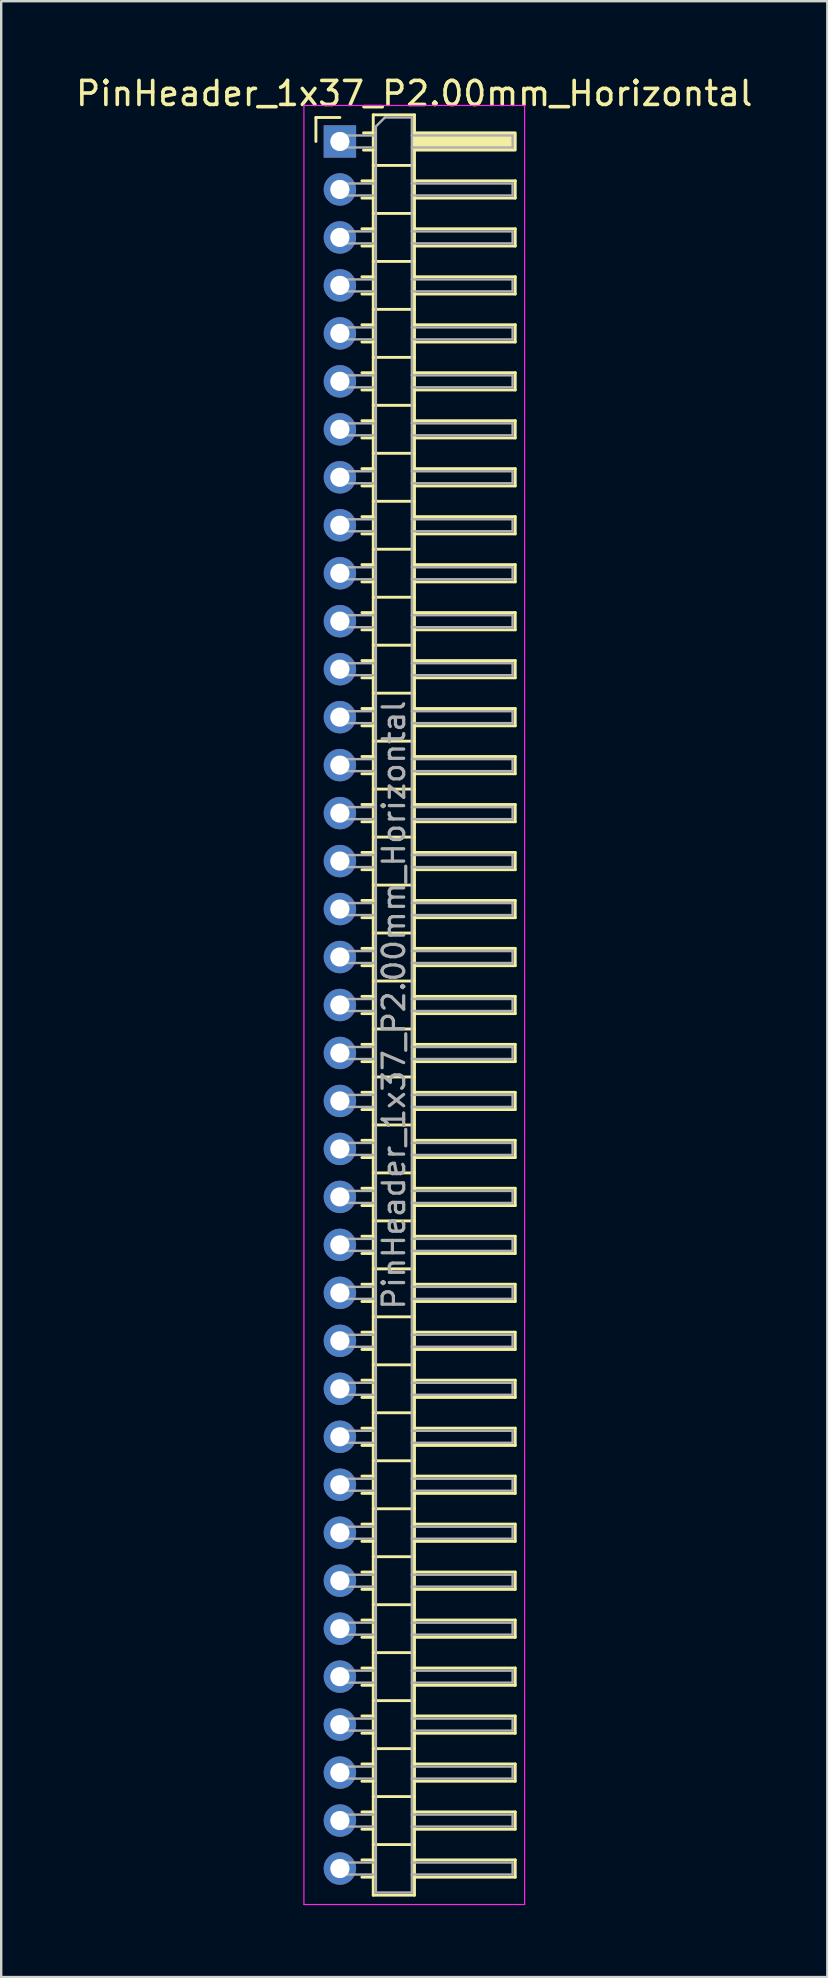
<source format=kicad_pcb>
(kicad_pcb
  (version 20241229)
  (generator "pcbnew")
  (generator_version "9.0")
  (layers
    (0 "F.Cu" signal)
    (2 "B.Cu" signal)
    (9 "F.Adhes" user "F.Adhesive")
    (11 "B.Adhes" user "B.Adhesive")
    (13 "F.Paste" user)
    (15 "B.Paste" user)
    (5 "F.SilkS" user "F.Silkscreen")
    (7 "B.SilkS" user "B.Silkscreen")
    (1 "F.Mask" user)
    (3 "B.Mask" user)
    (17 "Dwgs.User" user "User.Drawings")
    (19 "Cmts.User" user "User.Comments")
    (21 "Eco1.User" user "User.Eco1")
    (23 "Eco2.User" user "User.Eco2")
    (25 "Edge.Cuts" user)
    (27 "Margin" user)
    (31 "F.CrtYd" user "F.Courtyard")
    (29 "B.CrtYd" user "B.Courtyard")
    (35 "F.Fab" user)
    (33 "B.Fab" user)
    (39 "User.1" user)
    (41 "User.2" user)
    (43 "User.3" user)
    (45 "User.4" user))
  (footprint "PinHeader_1x37_P2.00mm_Horizontal"
    (layer "F.Cu")
    (at 11.12 2.848)
    (property "Reference" "PinHeader_1x37_P2.00mm_Horizontal" (at 3.1 -2 0) (layer "F.SilkS") (effects (font (size 1 1) (thickness 0.15))))
    (attr through_hole)
    (fp_line (start -1 -1) (end 0 -1) (stroke (width 0.12) (type solid)) (layer "F.SilkS"))
    (fp_line (start -1 0) (end -1 -1) (stroke (width 0.12) (type solid)) (layer "F.SilkS"))
    (fp_line (start 0.917 1.64) (end 1.39 1.64) (stroke (width 0.12) (type solid)) (layer "F.SilkS"))
    (fp_line (start 0.917 2.36) (end 1.39 2.36) (stroke (width 0.12) (type solid)) (layer "F.SilkS"))
    (fp_line (start 0.917 3.64) (end 1.39 3.64) (stroke (width 0.12) (type solid)) (layer "F.SilkS"))
    (fp_line (start 0.917 4.36) (end 1.39 4.36) (stroke (width 0.12) (type solid)) (layer "F.SilkS"))
    (fp_line (start 0.917 5.64) (end 1.39 5.64) (stroke (width 0.12) (type solid)) (layer "F.SilkS"))
    (fp_line (start 0.917 6.36) (end 1.39 6.36) (stroke (width 0.12) (type solid)) (layer "F.SilkS"))
    (fp_line (start 0.917 7.64) (end 1.39 7.64) (stroke (width 0.12) (type solid)) (layer "F.SilkS"))
    (fp_line (start 0.917 8.36) (end 1.39 8.36) (stroke (width 0.12) (type solid)) (layer "F.SilkS"))
    (fp_line (start 0.917 9.64) (end 1.39 9.64) (stroke (width 0.12) (type solid)) (layer "F.SilkS"))
    (fp_line (start 0.917 10.36) (end 1.39 10.36) (stroke (width 0.12) (type solid)) (layer "F.SilkS"))
    (fp_line (start 0.917 11.64) (end 1.39 11.64) (stroke (width 0.12) (type solid)) (layer "F.SilkS"))
    (fp_line (start 0.917 12.36) (end 1.39 12.36) (stroke (width 0.12) (type solid)) (layer "F.SilkS"))
    (fp_line (start 0.917 13.64) (end 1.39 13.64) (stroke (width 0.12) (type solid)) (layer "F.SilkS"))
    (fp_line (start 0.917 14.36) (end 1.39 14.36) (stroke (width 0.12) (type solid)) (layer "F.SilkS"))
    (fp_line (start 0.917 15.64) (end 1.39 15.64) (stroke (width 0.12) (type solid)) (layer "F.SilkS"))
    (fp_line (start 0.917 16.36) (end 1.39 16.36) (stroke (width 0.12) (type solid)) (layer "F.SilkS"))
    (fp_line (start 0.917 17.64) (end 1.39 17.64) (stroke (width 0.12) (type solid)) (layer "F.SilkS"))
    (fp_line (start 0.917 18.36) (end 1.39 18.36) (stroke (width 0.12) (type solid)) (layer "F.SilkS"))
    (fp_line (start 0.917 19.64) (end 1.39 19.64) (stroke (width 0.12) (type solid)) (layer "F.SilkS"))
    (fp_line (start 0.917 20.36) (end 1.39 20.36) (stroke (width 0.12) (type solid)) (layer "F.SilkS"))
    (fp_line (start 0.917 21.64) (end 1.39 21.64) (stroke (width 0.12) (type solid)) (layer "F.SilkS"))
    (fp_line (start 0.917 22.36) (end 1.39 22.36) (stroke (width 0.12) (type solid)) (layer "F.SilkS"))
    (fp_line (start 0.917 23.64) (end 1.39 23.64) (stroke (width 0.12) (type solid)) (layer "F.SilkS"))
    (fp_line (start 0.917 24.36) (end 1.39 24.36) (stroke (width 0.12) (type solid)) (layer "F.SilkS"))
    (fp_line (start 0.917 25.64) (end 1.39 25.64) (stroke (width 0.12) (type solid)) (layer "F.SilkS"))
    (fp_line (start 0.917 26.36) (end 1.39 26.36) (stroke (width 0.12) (type solid)) (layer "F.SilkS"))
    (fp_line (start 0.917 27.64) (end 1.39 27.64) (stroke (width 0.12) (type solid)) (layer "F.SilkS"))
    (fp_line (start 0.917 28.36) (end 1.39 28.36) (stroke (width 0.12) (type solid)) (layer "F.SilkS"))
    (fp_line (start 0.917 29.64) (end 1.39 29.64) (stroke (width 0.12) (type solid)) (layer "F.SilkS"))
    (fp_line (start 0.917 30.36) (end 1.39 30.36) (stroke (width 0.12) (type solid)) (layer "F.SilkS"))
    (fp_line (start 0.917 31.64) (end 1.39 31.64) (stroke (width 0.12) (type solid)) (layer "F.SilkS"))
    (fp_line (start 0.917 32.36) (end 1.39 32.36) (stroke (width 0.12) (type solid)) (layer "F.SilkS"))
    (fp_line (start 0.917 33.64) (end 1.39 33.64) (stroke (width 0.12) (type solid)) (layer "F.SilkS"))
    (fp_line (start 0.917 34.36) (end 1.39 34.36) (stroke (width 0.12) (type solid)) (layer "F.SilkS"))
    (fp_line (start 0.917 35.64) (end 1.39 35.64) (stroke (width 0.12) (type solid)) (layer "F.SilkS"))
    (fp_line (start 0.917 36.36) (end 1.39 36.36) (stroke (width 0.12) (type solid)) (layer "F.SilkS"))
    (fp_line (start 0.917 37.64) (end 1.39 37.64) (stroke (width 0.12) (type solid)) (layer "F.SilkS"))
    (fp_line (start 0.917 38.36) (end 1.39 38.36) (stroke (width 0.12) (type solid)) (layer "F.SilkS"))
    (fp_line (start 0.917 39.64) (end 1.39 39.64) (stroke (width 0.12) (type solid)) (layer "F.SilkS"))
    (fp_line (start 0.917 40.36) (end 1.39 40.36) (stroke (width 0.12) (type solid)) (layer "F.SilkS"))
    (fp_line (start 0.917 41.64) (end 1.39 41.64) (stroke (width 0.12) (type solid)) (layer "F.SilkS"))
    (fp_line (start 0.917 42.36) (end 1.39 42.36) (stroke (width 0.12) (type solid)) (layer "F.SilkS"))
    (fp_line (start 0.917 43.64) (end 1.39 43.64) (stroke (width 0.12) (type solid)) (layer "F.SilkS"))
    (fp_line (start 0.917 44.36) (end 1.39 44.36) (stroke (width 0.12) (type solid)) (layer "F.SilkS"))
    (fp_line (start 0.917 45.64) (end 1.39 45.64) (stroke (width 0.12) (type solid)) (layer "F.SilkS"))
    (fp_line (start 0.917 46.36) (end 1.39 46.36) (stroke (width 0.12) (type solid)) (layer "F.SilkS"))
    (fp_line (start 0.917 47.64) (end 1.39 47.64) (stroke (width 0.12) (type solid)) (layer "F.SilkS"))
    (fp_line (start 0.917 48.36) (end 1.39 48.36) (stroke (width 0.12) (type solid)) (layer "F.SilkS"))
    (fp_line (start 0.917 49.64) (end 1.39 49.64) (stroke (width 0.12) (type solid)) (layer "F.SilkS"))
    (fp_line (start 0.917 50.36) (end 1.39 50.36) (stroke (width 0.12) (type solid)) (layer "F.SilkS"))
    (fp_line (start 0.917 51.64) (end 1.39 51.64) (stroke (width 0.12) (type solid)) (layer "F.SilkS"))
    (fp_line (start 0.917 52.36) (end 1.39 52.36) (stroke (width 0.12) (type solid)) (layer "F.SilkS"))
    (fp_line (start 0.917 53.64) (end 1.39 53.64) (stroke (width 0.12) (type solid)) (layer "F.SilkS"))
    (fp_line (start 0.917 54.36) (end 1.39 54.36) (stroke (width 0.12) (type solid)) (layer "F.SilkS"))
    (fp_line (start 0.917 55.64) (end 1.39 55.64) (stroke (width 0.12) (type solid)) (layer "F.SilkS"))
    (fp_line (start 0.917 56.36) (end 1.39 56.36) (stroke (width 0.12) (type solid)) (layer "F.SilkS"))
    (fp_line (start 0.917 57.64) (end 1.39 57.64) (stroke (width 0.12) (type solid)) (layer "F.SilkS"))
    (fp_line (start 0.917 58.36) (end 1.39 58.36) (stroke (width 0.12) (type solid)) (layer "F.SilkS"))
    (fp_line (start 0.917 59.64) (end 1.39 59.64) (stroke (width 0.12) (type solid)) (layer "F.SilkS"))
    (fp_line (start 0.917 60.36) (end 1.39 60.36) (stroke (width 0.12) (type solid)) (layer "F.SilkS"))
    (fp_line (start 0.917 61.64) (end 1.39 61.64) (stroke (width 0.12) (type solid)) (layer "F.SilkS"))
    (fp_line (start 0.917 62.36) (end 1.39 62.36) (stroke (width 0.12) (type solid)) (layer "F.SilkS"))
    (fp_line (start 0.917 63.64) (end 1.39 63.64) (stroke (width 0.12) (type solid)) (layer "F.SilkS"))
    (fp_line (start 0.917 64.36) (end 1.39 64.36) (stroke (width 0.12) (type solid)) (layer "F.SilkS"))
    (fp_line (start 0.917 65.64) (end 1.39 65.64) (stroke (width 0.12) (type solid)) (layer "F.SilkS"))
    (fp_line (start 0.917 66.36) (end 1.39 66.36) (stroke (width 0.12) (type solid)) (layer "F.SilkS"))
    (fp_line (start 0.917 67.64) (end 1.39 67.64) (stroke (width 0.12) (type solid)) (layer "F.SilkS"))
    (fp_line (start 0.917 68.36) (end 1.39 68.36) (stroke (width 0.12) (type solid)) (layer "F.SilkS"))
    (fp_line (start 0.917 69.64) (end 1.39 69.64) (stroke (width 0.12) (type solid)) (layer "F.SilkS"))
    (fp_line (start 0.917 70.36) (end 1.39 70.36) (stroke (width 0.12) (type solid)) (layer "F.SilkS"))
    (fp_line (start 0.917 71.64) (end 1.39 71.64) (stroke (width 0.12) (type solid)) (layer "F.SilkS"))
    (fp_line (start 0.917 72.36) (end 1.39 72.36) (stroke (width 0.12) (type solid)) (layer "F.SilkS"))
    (fp_line (start 0.985 -0.36) (end 1.39 -0.36) (stroke (width 0.12) (type solid)) (layer "F.SilkS"))
    (fp_line (start 0.985 0.36) (end 1.39 0.36) (stroke (width 0.12) (type solid)) (layer "F.SilkS"))
    (fp_line (start 1.39 -1.11) (end 1.39 73.11) (stroke (width 0.12) (type solid)) (layer "F.SilkS"))
    (fp_line (start 1.39 1) (end 3.11 1) (stroke (width 0.12) (type solid)) (layer "F.SilkS"))
    (fp_line (start 1.39 3) (end 3.11 3) (stroke (width 0.12) (type solid)) (layer "F.SilkS"))
    (fp_line (start 1.39 5) (end 3.11 5) (stroke (width 0.12) (type solid)) (layer "F.SilkS"))
    (fp_line (start 1.39 7) (end 3.11 7) (stroke (width 0.12) (type solid)) (layer "F.SilkS"))
    (fp_line (start 1.39 9) (end 3.11 9) (stroke (width 0.12) (type solid)) (layer "F.SilkS"))
    (fp_line (start 1.39 11) (end 3.11 11) (stroke (width 0.12) (type solid)) (layer "F.SilkS"))
    (fp_line (start 1.39 13) (end 3.11 13) (stroke (width 0.12) (type solid)) (layer "F.SilkS"))
    (fp_line (start 1.39 15) (end 3.11 15) (stroke (width 0.12) (type solid)) (layer "F.SilkS"))
    (fp_line (start 1.39 17) (end 3.11 17) (stroke (width 0.12) (type solid)) (layer "F.SilkS"))
    (fp_line (start 1.39 19) (end 3.11 19) (stroke (width 0.12) (type solid)) (layer "F.SilkS"))
    (fp_line (start 1.39 21) (end 3.11 21) (stroke (width 0.12) (type solid)) (layer "F.SilkS"))
    (fp_line (start 1.39 23) (end 3.11 23) (stroke (width 0.12) (type solid)) (layer "F.SilkS"))
    (fp_line (start 1.39 25) (end 3.11 25) (stroke (width 0.12) (type solid)) (layer "F.SilkS"))
    (fp_line (start 1.39 27) (end 3.11 27) (stroke (width 0.12) (type solid)) (layer "F.SilkS"))
    (fp_line (start 1.39 29) (end 3.11 29) (stroke (width 0.12) (type solid)) (layer "F.SilkS"))
    (fp_line (start 1.39 31) (end 3.11 31) (stroke (width 0.12) (type solid)) (layer "F.SilkS"))
    (fp_line (start 1.39 33) (end 3.11 33) (stroke (width 0.12) (type solid)) (layer "F.SilkS"))
    (fp_line (start 1.39 35) (end 3.11 35) (stroke (width 0.12) (type solid)) (layer "F.SilkS"))
    (fp_line (start 1.39 37) (end 3.11 37) (stroke (width 0.12) (type solid)) (layer "F.SilkS"))
    (fp_line (start 1.39 39) (end 3.11 39) (stroke (width 0.12) (type solid)) (layer "F.SilkS"))
    (fp_line (start 1.39 41) (end 3.11 41) (stroke (width 0.12) (type solid)) (layer "F.SilkS"))
    (fp_line (start 1.39 43) (end 3.11 43) (stroke (width 0.12) (type solid)) (layer "F.SilkS"))
    (fp_line (start 1.39 45) (end 3.11 45) (stroke (width 0.12) (type solid)) (layer "F.SilkS"))
    (fp_line (start 1.39 47) (end 3.11 47) (stroke (width 0.12) (type solid)) (layer "F.SilkS"))
    (fp_line (start 1.39 49) (end 3.11 49) (stroke (width 0.12) (type solid)) (layer "F.SilkS"))
    (fp_line (start 1.39 51) (end 3.11 51) (stroke (width 0.12) (type solid)) (layer "F.SilkS"))
    (fp_line (start 1.39 53) (end 3.11 53) (stroke (width 0.12) (type solid)) (layer "F.SilkS"))
    (fp_line (start 1.39 55) (end 3.11 55) (stroke (width 0.12) (type solid)) (layer "F.SilkS"))
    (fp_line (start 1.39 57) (end 3.11 57) (stroke (width 0.12) (type solid)) (layer "F.SilkS"))
    (fp_line (start 1.39 59) (end 3.11 59) (stroke (width 0.12) (type solid)) (layer "F.SilkS"))
    (fp_line (start 1.39 61) (end 3.11 61) (stroke (width 0.12) (type solid)) (layer "F.SilkS"))
    (fp_line (start 1.39 63) (end 3.11 63) (stroke (width 0.12) (type solid)) (layer "F.SilkS"))
    (fp_line (start 1.39 65) (end 3.11 65) (stroke (width 0.12) (type solid)) (layer "F.SilkS"))
    (fp_line (start 1.39 67) (end 3.11 67) (stroke (width 0.12) (type solid)) (layer "F.SilkS"))
    (fp_line (start 1.39 69) (end 3.11 69) (stroke (width 0.12) (type solid)) (layer "F.SilkS"))
    (fp_line (start 1.39 71) (end 3.11 71) (stroke (width 0.12) (type solid)) (layer "F.SilkS"))
    (fp_line (start 1.39 73.11) (end 3.11 73.11) (stroke (width 0.12) (type solid)) (layer "F.SilkS"))
    (fp_line (start 3.11 -1.11) (end 1.39 -1.11) (stroke (width 0.12) (type solid)) (layer "F.SilkS"))
    (fp_line (start 3.11 1.64) (end 7.31 1.64) (stroke (width 0.12) (type solid)) (layer "F.SilkS"))
    (fp_line (start 3.11 3.64) (end 7.31 3.64) (stroke (width 0.12) (type solid)) (layer "F.SilkS"))
    (fp_line (start 3.11 5.64) (end 7.31 5.64) (stroke (width 0.12) (type solid)) (layer "F.SilkS"))
    (fp_line (start 3.11 7.64) (end 7.31 7.64) (stroke (width 0.12) (type solid)) (layer "F.SilkS"))
    (fp_line (start 3.11 9.64) (end 7.31 9.64) (stroke (width 0.12) (type solid)) (layer "F.SilkS"))
    (fp_line (start 3.11 11.64) (end 7.31 11.64) (stroke (width 0.12) (type solid)) (layer "F.SilkS"))
    (fp_line (start 3.11 13.64) (end 7.31 13.64) (stroke (width 0.12) (type solid)) (layer "F.SilkS"))
    (fp_line (start 3.11 15.64) (end 7.31 15.64) (stroke (width 0.12) (type solid)) (layer "F.SilkS"))
    (fp_line (start 3.11 17.64) (end 7.31 17.64) (stroke (width 0.12) (type solid)) (layer "F.SilkS"))
    (fp_line (start 3.11 19.64) (end 7.31 19.64) (stroke (width 0.12) (type solid)) (layer "F.SilkS"))
    (fp_line (start 3.11 21.64) (end 7.31 21.64) (stroke (width 0.12) (type solid)) (layer "F.SilkS"))
    (fp_line (start 3.11 23.64) (end 7.31 23.64) (stroke (width 0.12) (type solid)) (layer "F.SilkS"))
    (fp_line (start 3.11 25.64) (end 7.31 25.64) (stroke (width 0.12) (type solid)) (layer "F.SilkS"))
    (fp_line (start 3.11 27.64) (end 7.31 27.64) (stroke (width 0.12) (type solid)) (layer "F.SilkS"))
    (fp_line (start 3.11 29.64) (end 7.31 29.64) (stroke (width 0.12) (type solid)) (layer "F.SilkS"))
    (fp_line (start 3.11 31.64) (end 7.31 31.64) (stroke (width 0.12) (type solid)) (layer "F.SilkS"))
    (fp_line (start 3.11 33.64) (end 7.31 33.64) (stroke (width 0.12) (type solid)) (layer "F.SilkS"))
    (fp_line (start 3.11 35.64) (end 7.31 35.64) (stroke (width 0.12) (type solid)) (layer "F.SilkS"))
    (fp_line (start 3.11 37.64) (end 7.31 37.64) (stroke (width 0.12) (type solid)) (layer "F.SilkS"))
    (fp_line (start 3.11 39.64) (end 7.31 39.64) (stroke (width 0.12) (type solid)) (layer "F.SilkS"))
    (fp_line (start 3.11 41.64) (end 7.31 41.64) (stroke (width 0.12) (type solid)) (layer "F.SilkS"))
    (fp_line (start 3.11 43.64) (end 7.31 43.64) (stroke (width 0.12) (type solid)) (layer "F.SilkS"))
    (fp_line (start 3.11 45.64) (end 7.31 45.64) (stroke (width 0.12) (type solid)) (layer "F.SilkS"))
    (fp_line (start 3.11 47.64) (end 7.31 47.64) (stroke (width 0.12) (type solid)) (layer "F.SilkS"))
    (fp_line (start 3.11 49.64) (end 7.31 49.64) (stroke (width 0.12) (type solid)) (layer "F.SilkS"))
    (fp_line (start 3.11 51.64) (end 7.31 51.64) (stroke (width 0.12) (type solid)) (layer "F.SilkS"))
    (fp_line (start 3.11 53.64) (end 7.31 53.64) (stroke (width 0.12) (type solid)) (layer "F.SilkS"))
    (fp_line (start 3.11 55.64) (end 7.31 55.64) (stroke (width 0.12) (type solid)) (layer "F.SilkS"))
    (fp_line (start 3.11 57.64) (end 7.31 57.64) (stroke (width 0.12) (type solid)) (layer "F.SilkS"))
    (fp_line (start 3.11 59.64) (end 7.31 59.64) (stroke (width 0.12) (type solid)) (layer "F.SilkS"))
    (fp_line (start 3.11 61.64) (end 7.31 61.64) (stroke (width 0.12) (type solid)) (layer "F.SilkS"))
    (fp_line (start 3.11 63.64) (end 7.31 63.64) (stroke (width 0.12) (type solid)) (layer "F.SilkS"))
    (fp_line (start 3.11 65.64) (end 7.31 65.64) (stroke (width 0.12) (type solid)) (layer "F.SilkS"))
    (fp_line (start 3.11 67.64) (end 7.31 67.64) (stroke (width 0.12) (type solid)) (layer "F.SilkS"))
    (fp_line (start 3.11 69.64) (end 7.31 69.64) (stroke (width 0.12) (type solid)) (layer "F.SilkS"))
    (fp_line (start 3.11 71.64) (end 7.31 71.64) (stroke (width 0.12) (type solid)) (layer "F.SilkS"))
    (fp_line (start 3.11 73.11) (end 3.11 -1.11) (stroke (width 0.12) (type solid)) (layer "F.SilkS"))
    (fp_line (start 7.31 1.64) (end 7.31 2.36) (stroke (width 0.12) (type solid)) (layer "F.SilkS"))
    (fp_line (start 7.31 2.36) (end 3.11 2.36) (stroke (width 0.12) (type solid)) (layer "F.SilkS"))
    (fp_line (start 7.31 3.64) (end 7.31 4.36) (stroke (width 0.12) (type solid)) (layer "F.SilkS"))
    (fp_line (start 7.31 4.36) (end 3.11 4.36) (stroke (width 0.12) (type solid)) (layer "F.SilkS"))
    (fp_line (start 7.31 5.64) (end 7.31 6.36) (stroke (width 0.12) (type solid)) (layer "F.SilkS"))
    (fp_line (start 7.31 6.36) (end 3.11 6.36) (stroke (width 0.12) (type solid)) (layer "F.SilkS"))
    (fp_line (start 7.31 7.64) (end 7.31 8.36) (stroke (width 0.12) (type solid)) (layer "F.SilkS"))
    (fp_line (start 7.31 8.36) (end 3.11 8.36) (stroke (width 0.12) (type solid)) (layer "F.SilkS"))
    (fp_line (start 7.31 9.64) (end 7.31 10.36) (stroke (width 0.12) (type solid)) (layer "F.SilkS"))
    (fp_line (start 7.31 10.36) (end 3.11 10.36) (stroke (width 0.12) (type solid)) (layer "F.SilkS"))
    (fp_line (start 7.31 11.64) (end 7.31 12.36) (stroke (width 0.12) (type solid)) (layer "F.SilkS"))
    (fp_line (start 7.31 12.36) (end 3.11 12.36) (stroke (width 0.12) (type solid)) (layer "F.SilkS"))
    (fp_line (start 7.31 13.64) (end 7.31 14.36) (stroke (width 0.12) (type solid)) (layer "F.SilkS"))
    (fp_line (start 7.31 14.36) (end 3.11 14.36) (stroke (width 0.12) (type solid)) (layer "F.SilkS"))
    (fp_line (start 7.31 15.64) (end 7.31 16.36) (stroke (width 0.12) (type solid)) (layer "F.SilkS"))
    (fp_line (start 7.31 16.36) (end 3.11 16.36) (stroke (width 0.12) (type solid)) (layer "F.SilkS"))
    (fp_line (start 7.31 17.64) (end 7.31 18.36) (stroke (width 0.12) (type solid)) (layer "F.SilkS"))
    (fp_line (start 7.31 18.36) (end 3.11 18.36) (stroke (width 0.12) (type solid)) (layer "F.SilkS"))
    (fp_line (start 7.31 19.64) (end 7.31 20.36) (stroke (width 0.12) (type solid)) (layer "F.SilkS"))
    (fp_line (start 7.31 20.36) (end 3.11 20.36) (stroke (width 0.12) (type solid)) (layer "F.SilkS"))
    (fp_line (start 7.31 21.64) (end 7.31 22.36) (stroke (width 0.12) (type solid)) (layer "F.SilkS"))
    (fp_line (start 7.31 22.36) (end 3.11 22.36) (stroke (width 0.12) (type solid)) (layer "F.SilkS"))
    (fp_line (start 7.31 23.64) (end 7.31 24.36) (stroke (width 0.12) (type solid)) (layer "F.SilkS"))
    (fp_line (start 7.31 24.36) (end 3.11 24.36) (stroke (width 0.12) (type solid)) (layer "F.SilkS"))
    (fp_line (start 7.31 25.64) (end 7.31 26.36) (stroke (width 0.12) (type solid)) (layer "F.SilkS"))
    (fp_line (start 7.31 26.36) (end 3.11 26.36) (stroke (width 0.12) (type solid)) (layer "F.SilkS"))
    (fp_line (start 7.31 27.64) (end 7.31 28.36) (stroke (width 0.12) (type solid)) (layer "F.SilkS"))
    (fp_line (start 7.31 28.36) (end 3.11 28.36) (stroke (width 0.12) (type solid)) (layer "F.SilkS"))
    (fp_line (start 7.31 29.64) (end 7.31 30.36) (stroke (width 0.12) (type solid)) (layer "F.SilkS"))
    (fp_line (start 7.31 30.36) (end 3.11 30.36) (stroke (width 0.12) (type solid)) (layer "F.SilkS"))
    (fp_line (start 7.31 31.64) (end 7.31 32.36) (stroke (width 0.12) (type solid)) (layer "F.SilkS"))
    (fp_line (start 7.31 32.36) (end 3.11 32.36) (stroke (width 0.12) (type solid)) (layer "F.SilkS"))
    (fp_line (start 7.31 33.64) (end 7.31 34.36) (stroke (width 0.12) (type solid)) (layer "F.SilkS"))
    (fp_line (start 7.31 34.36) (end 3.11 34.36) (stroke (width 0.12) (type solid)) (layer "F.SilkS"))
    (fp_line (start 7.31 35.64) (end 7.31 36.36) (stroke (width 0.12) (type solid)) (layer "F.SilkS"))
    (fp_line (start 7.31 36.36) (end 3.11 36.36) (stroke (width 0.12) (type solid)) (layer "F.SilkS"))
    (fp_line (start 7.31 37.64) (end 7.31 38.36) (stroke (width 0.12) (type solid)) (layer "F.SilkS"))
    (fp_line (start 7.31 38.36) (end 3.11 38.36) (stroke (width 0.12) (type solid)) (layer "F.SilkS"))
    (fp_line (start 7.31 39.64) (end 7.31 40.36) (stroke (width 0.12) (type solid)) (layer "F.SilkS"))
    (fp_line (start 7.31 40.36) (end 3.11 40.36) (stroke (width 0.12) (type solid)) (layer "F.SilkS"))
    (fp_line (start 7.31 41.64) (end 7.31 42.36) (stroke (width 0.12) (type solid)) (layer "F.SilkS"))
    (fp_line (start 7.31 42.36) (end 3.11 42.36) (stroke (width 0.12) (type solid)) (layer "F.SilkS"))
    (fp_line (start 7.31 43.64) (end 7.31 44.36) (stroke (width 0.12) (type solid)) (layer "F.SilkS"))
    (fp_line (start 7.31 44.36) (end 3.11 44.36) (stroke (width 0.12) (type solid)) (layer "F.SilkS"))
    (fp_line (start 7.31 45.64) (end 7.31 46.36) (stroke (width 0.12) (type solid)) (layer "F.SilkS"))
    (fp_line (start 7.31 46.36) (end 3.11 46.36) (stroke (width 0.12) (type solid)) (layer "F.SilkS"))
    (fp_line (start 7.31 47.64) (end 7.31 48.36) (stroke (width 0.12) (type solid)) (layer "F.SilkS"))
    (fp_line (start 7.31 48.36) (end 3.11 48.36) (stroke (width 0.12) (type solid)) (layer "F.SilkS"))
    (fp_line (start 7.31 49.64) (end 7.31 50.36) (stroke (width 0.12) (type solid)) (layer "F.SilkS"))
    (fp_line (start 7.31 50.36) (end 3.11 50.36) (stroke (width 0.12) (type solid)) (layer "F.SilkS"))
    (fp_line (start 7.31 51.64) (end 7.31 52.36) (stroke (width 0.12) (type solid)) (layer "F.SilkS"))
    (fp_line (start 7.31 52.36) (end 3.11 52.36) (stroke (width 0.12) (type solid)) (layer "F.SilkS"))
    (fp_line (start 7.31 53.64) (end 7.31 54.36) (stroke (width 0.12) (type solid)) (layer "F.SilkS"))
    (fp_line (start 7.31 54.36) (end 3.11 54.36) (stroke (width 0.12) (type solid)) (layer "F.SilkS"))
    (fp_line (start 7.31 55.64) (end 7.31 56.36) (stroke (width 0.12) (type solid)) (layer "F.SilkS"))
    (fp_line (start 7.31 56.36) (end 3.11 56.36) (stroke (width 0.12) (type solid)) (layer "F.SilkS"))
    (fp_line (start 7.31 57.64) (end 7.31 58.36) (stroke (width 0.12) (type solid)) (layer "F.SilkS"))
    (fp_line (start 7.31 58.36) (end 3.11 58.36) (stroke (width 0.12) (type solid)) (layer "F.SilkS"))
    (fp_line (start 7.31 59.64) (end 7.31 60.36) (stroke (width 0.12) (type solid)) (layer "F.SilkS"))
    (fp_line (start 7.31 60.36) (end 3.11 60.36) (stroke (width 0.12) (type solid)) (layer "F.SilkS"))
    (fp_line (start 7.31 61.64) (end 7.31 62.36) (stroke (width 0.12) (type solid)) (layer "F.SilkS"))
    (fp_line (start 7.31 62.36) (end 3.11 62.36) (stroke (width 0.12) (type solid)) (layer "F.SilkS"))
    (fp_line (start 7.31 63.64) (end 7.31 64.36) (stroke (width 0.12) (type solid)) (layer "F.SilkS"))
    (fp_line (start 7.31 64.36) (end 3.11 64.36) (stroke (width 0.12) (type solid)) (layer "F.SilkS"))
    (fp_line (start 7.31 65.64) (end 7.31 66.36) (stroke (width 0.12) (type solid)) (layer "F.SilkS"))
    (fp_line (start 7.31 66.36) (end 3.11 66.36) (stroke (width 0.12) (type solid)) (layer "F.SilkS"))
    (fp_line (start 7.31 67.64) (end 7.31 68.36) (stroke (width 0.12) (type solid)) (layer "F.SilkS"))
    (fp_line (start 7.31 68.36) (end 3.11 68.36) (stroke (width 0.12) (type solid)) (layer "F.SilkS"))
    (fp_line (start 7.31 69.64) (end 7.31 70.36) (stroke (width 0.12) (type solid)) (layer "F.SilkS"))
    (fp_line (start 7.31 70.36) (end 3.11 70.36) (stroke (width 0.12) (type solid)) (layer "F.SilkS"))
    (fp_line (start 7.31 71.64) (end 7.31 72.36) (stroke (width 0.12) (type solid)) (layer "F.SilkS"))
    (fp_line (start 7.31 72.36) (end 3.11 72.36) (stroke (width 0.12) (type solid)) (layer "F.SilkS"))
    (fp_rect (start 3.11 -0.36) (end 7.31 0.36) (stroke (width 0.12) (type solid)) (fill yes) (layer "F.SilkS"))
    (fp_line (start -1.5 -1.5) (end -1.5 73.5) (stroke (width 0.05) (type solid)) (layer "F.CrtYd"))
    (fp_line (start -1.5 73.5) (end 7.7 73.5) (stroke (width 0.05) (type solid)) (layer "F.CrtYd"))
    (fp_line (start 7.7 -1.5) (end -1.5 -1.5) (stroke (width 0.05) (type solid)) (layer "F.CrtYd"))
    (fp_line (start 7.7 73.5) (end 7.7 -1.5) (stroke (width 0.05) (type solid)) (layer "F.CrtYd"))
    (fp_line (start -0.25 -0.25) (end -0.25 0.25) (stroke (width 0.1) (type solid)) (layer "F.Fab"))
    (fp_line (start -0.25 -0.25) (end 1.5 -0.25) (stroke (width 0.1) (type solid)) (layer "F.Fab"))
    (fp_line (start -0.25 0.25) (end 1.5 0.25) (stroke (width 0.1) (type solid)) (layer "F.Fab"))
    (fp_line (start -0.25 1.75) (end -0.25 2.25) (stroke (width 0.1) (type solid)) (layer "F.Fab"))
    (fp_line (start -0.25 1.75) (end 1.5 1.75) (stroke (width 0.1) (type solid)) (layer "F.Fab"))
    (fp_line (start -0.25 2.25) (end 1.5 2.25) (stroke (width 0.1) (type solid)) (layer "F.Fab"))
    (fp_line (start -0.25 3.75) (end -0.25 4.25) (stroke (width 0.1) (type solid)) (layer "F.Fab"))
    (fp_line (start -0.25 3.75) (end 1.5 3.75) (stroke (width 0.1) (type solid)) (layer "F.Fab"))
    (fp_line (start -0.25 4.25) (end 1.5 4.25) (stroke (width 0.1) (type solid)) (layer "F.Fab"))
    (fp_line (start -0.25 5.75) (end -0.25 6.25) (stroke (width 0.1) (type solid)) (layer "F.Fab"))
    (fp_line (start -0.25 5.75) (end 1.5 5.75) (stroke (width 0.1) (type solid)) (layer "F.Fab"))
    (fp_line (start -0.25 6.25) (end 1.5 6.25) (stroke (width 0.1) (type solid)) (layer "F.Fab"))
    (fp_line (start -0.25 7.75) (end -0.25 8.25) (stroke (width 0.1) (type solid)) (layer "F.Fab"))
    (fp_line (start -0.25 7.75) (end 1.5 7.75) (stroke (width 0.1) (type solid)) (layer "F.Fab"))
    (fp_line (start -0.25 8.25) (end 1.5 8.25) (stroke (width 0.1) (type solid)) (layer "F.Fab"))
    (fp_line (start -0.25 9.75) (end -0.25 10.25) (stroke (width 0.1) (type solid)) (layer "F.Fab"))
    (fp_line (start -0.25 9.75) (end 1.5 9.75) (stroke (width 0.1) (type solid)) (layer "F.Fab"))
    (fp_line (start -0.25 10.25) (end 1.5 10.25) (stroke (width 0.1) (type solid)) (layer "F.Fab"))
    (fp_line (start -0.25 11.75) (end -0.25 12.25) (stroke (width 0.1) (type solid)) (layer "F.Fab"))
    (fp_line (start -0.25 11.75) (end 1.5 11.75) (stroke (width 0.1) (type solid)) (layer "F.Fab"))
    (fp_line (start -0.25 12.25) (end 1.5 12.25) (stroke (width 0.1) (type solid)) (layer "F.Fab"))
    (fp_line (start -0.25 13.75) (end -0.25 14.25) (stroke (width 0.1) (type solid)) (layer "F.Fab"))
    (fp_line (start -0.25 13.75) (end 1.5 13.75) (stroke (width 0.1) (type solid)) (layer "F.Fab"))
    (fp_line (start -0.25 14.25) (end 1.5 14.25) (stroke (width 0.1) (type solid)) (layer "F.Fab"))
    (fp_line (start -0.25 15.75) (end -0.25 16.25) (stroke (width 0.1) (type solid)) (layer "F.Fab"))
    (fp_line (start -0.25 15.75) (end 1.5 15.75) (stroke (width 0.1) (type solid)) (layer "F.Fab"))
    (fp_line (start -0.25 16.25) (end 1.5 16.25) (stroke (width 0.1) (type solid)) (layer "F.Fab"))
    (fp_line (start -0.25 17.75) (end -0.25 18.25) (stroke (width 0.1) (type solid)) (layer "F.Fab"))
    (fp_line (start -0.25 17.75) (end 1.5 17.75) (stroke (width 0.1) (type solid)) (layer "F.Fab"))
    (fp_line (start -0.25 18.25) (end 1.5 18.25) (stroke (width 0.1) (type solid)) (layer "F.Fab"))
    (fp_line (start -0.25 19.75) (end -0.25 20.25) (stroke (width 0.1) (type solid)) (layer "F.Fab"))
    (fp_line (start -0.25 19.75) (end 1.5 19.75) (stroke (width 0.1) (type solid)) (layer "F.Fab"))
    (fp_line (start -0.25 20.25) (end 1.5 20.25) (stroke (width 0.1) (type solid)) (layer "F.Fab"))
    (fp_line (start -0.25 21.75) (end -0.25 22.25) (stroke (width 0.1) (type solid)) (layer "F.Fab"))
    (fp_line (start -0.25 21.75) (end 1.5 21.75) (stroke (width 0.1) (type solid)) (layer "F.Fab"))
    (fp_line (start -0.25 22.25) (end 1.5 22.25) (stroke (width 0.1) (type solid)) (layer "F.Fab"))
    (fp_line (start -0.25 23.75) (end -0.25 24.25) (stroke (width 0.1) (type solid)) (layer "F.Fab"))
    (fp_line (start -0.25 23.75) (end 1.5 23.75) (stroke (width 0.1) (type solid)) (layer "F.Fab"))
    (fp_line (start -0.25 24.25) (end 1.5 24.25) (stroke (width 0.1) (type solid)) (layer "F.Fab"))
    (fp_line (start -0.25 25.75) (end -0.25 26.25) (stroke (width 0.1) (type solid)) (layer "F.Fab"))
    (fp_line (start -0.25 25.75) (end 1.5 25.75) (stroke (width 0.1) (type solid)) (layer "F.Fab"))
    (fp_line (start -0.25 26.25) (end 1.5 26.25) (stroke (width 0.1) (type solid)) (layer "F.Fab"))
    (fp_line (start -0.25 27.75) (end -0.25 28.25) (stroke (width 0.1) (type solid)) (layer "F.Fab"))
    (fp_line (start -0.25 27.75) (end 1.5 27.75) (stroke (width 0.1) (type solid)) (layer "F.Fab"))
    (fp_line (start -0.25 28.25) (end 1.5 28.25) (stroke (width 0.1) (type solid)) (layer "F.Fab"))
    (fp_line (start -0.25 29.75) (end -0.25 30.25) (stroke (width 0.1) (type solid)) (layer "F.Fab"))
    (fp_line (start -0.25 29.75) (end 1.5 29.75) (stroke (width 0.1) (type solid)) (layer "F.Fab"))
    (fp_line (start -0.25 30.25) (end 1.5 30.25) (stroke (width 0.1) (type solid)) (layer "F.Fab"))
    (fp_line (start -0.25 31.75) (end -0.25 32.25) (stroke (width 0.1) (type solid)) (layer "F.Fab"))
    (fp_line (start -0.25 31.75) (end 1.5 31.75) (stroke (width 0.1) (type solid)) (layer "F.Fab"))
    (fp_line (start -0.25 32.25) (end 1.5 32.25) (stroke (width 0.1) (type solid)) (layer "F.Fab"))
    (fp_line (start -0.25 33.75) (end -0.25 34.25) (stroke (width 0.1) (type solid)) (layer "F.Fab"))
    (fp_line (start -0.25 33.75) (end 1.5 33.75) (stroke (width 0.1) (type solid)) (layer "F.Fab"))
    (fp_line (start -0.25 34.25) (end 1.5 34.25) (stroke (width 0.1) (type solid)) (layer "F.Fab"))
    (fp_line (start -0.25 35.75) (end -0.25 36.25) (stroke (width 0.1) (type solid)) (layer "F.Fab"))
    (fp_line (start -0.25 35.75) (end 1.5 35.75) (stroke (width 0.1) (type solid)) (layer "F.Fab"))
    (fp_line (start -0.25 36.25) (end 1.5 36.25) (stroke (width 0.1) (type solid)) (layer "F.Fab"))
    (fp_line (start -0.25 37.75) (end -0.25 38.25) (stroke (width 0.1) (type solid)) (layer "F.Fab"))
    (fp_line (start -0.25 37.75) (end 1.5 37.75) (stroke (width 0.1) (type solid)) (layer "F.Fab"))
    (fp_line (start -0.25 38.25) (end 1.5 38.25) (stroke (width 0.1) (type solid)) (layer "F.Fab"))
    (fp_line (start -0.25 39.75) (end -0.25 40.25) (stroke (width 0.1) (type solid)) (layer "F.Fab"))
    (fp_line (start -0.25 39.75) (end 1.5 39.75) (stroke (width 0.1) (type solid)) (layer "F.Fab"))
    (fp_line (start -0.25 40.25) (end 1.5 40.25) (stroke (width 0.1) (type solid)) (layer "F.Fab"))
    (fp_line (start -0.25 41.75) (end -0.25 42.25) (stroke (width 0.1) (type solid)) (layer "F.Fab"))
    (fp_line (start -0.25 41.75) (end 1.5 41.75) (stroke (width 0.1) (type solid)) (layer "F.Fab"))
    (fp_line (start -0.25 42.25) (end 1.5 42.25) (stroke (width 0.1) (type solid)) (layer "F.Fab"))
    (fp_line (start -0.25 43.75) (end -0.25 44.25) (stroke (width 0.1) (type solid)) (layer "F.Fab"))
    (fp_line (start -0.25 43.75) (end 1.5 43.75) (stroke (width 0.1) (type solid)) (layer "F.Fab"))
    (fp_line (start -0.25 44.25) (end 1.5 44.25) (stroke (width 0.1) (type solid)) (layer "F.Fab"))
    (fp_line (start -0.25 45.75) (end -0.25 46.25) (stroke (width 0.1) (type solid)) (layer "F.Fab"))
    (fp_line (start -0.25 45.75) (end 1.5 45.75) (stroke (width 0.1) (type solid)) (layer "F.Fab"))
    (fp_line (start -0.25 46.25) (end 1.5 46.25) (stroke (width 0.1) (type solid)) (layer "F.Fab"))
    (fp_line (start -0.25 47.75) (end -0.25 48.25) (stroke (width 0.1) (type solid)) (layer "F.Fab"))
    (fp_line (start -0.25 47.75) (end 1.5 47.75) (stroke (width 0.1) (type solid)) (layer "F.Fab"))
    (fp_line (start -0.25 48.25) (end 1.5 48.25) (stroke (width 0.1) (type solid)) (layer "F.Fab"))
    (fp_line (start -0.25 49.75) (end -0.25 50.25) (stroke (width 0.1) (type solid)) (layer "F.Fab"))
    (fp_line (start -0.25 49.75) (end 1.5 49.75) (stroke (width 0.1) (type solid)) (layer "F.Fab"))
    (fp_line (start -0.25 50.25) (end 1.5 50.25) (stroke (width 0.1) (type solid)) (layer "F.Fab"))
    (fp_line (start -0.25 51.75) (end -0.25 52.25) (stroke (width 0.1) (type solid)) (layer "F.Fab"))
    (fp_line (start -0.25 51.75) (end 1.5 51.75) (stroke (width 0.1) (type solid)) (layer "F.Fab"))
    (fp_line (start -0.25 52.25) (end 1.5 52.25) (stroke (width 0.1) (type solid)) (layer "F.Fab"))
    (fp_line (start -0.25 53.75) (end -0.25 54.25) (stroke (width 0.1) (type solid)) (layer "F.Fab"))
    (fp_line (start -0.25 53.75) (end 1.5 53.75) (stroke (width 0.1) (type solid)) (layer "F.Fab"))
    (fp_line (start -0.25 54.25) (end 1.5 54.25) (stroke (width 0.1) (type solid)) (layer "F.Fab"))
    (fp_line (start -0.25 55.75) (end -0.25 56.25) (stroke (width 0.1) (type solid)) (layer "F.Fab"))
    (fp_line (start -0.25 55.75) (end 1.5 55.75) (stroke (width 0.1) (type solid)) (layer "F.Fab"))
    (fp_line (start -0.25 56.25) (end 1.5 56.25) (stroke (width 0.1) (type solid)) (layer "F.Fab"))
    (fp_line (start -0.25 57.75) (end -0.25 58.25) (stroke (width 0.1) (type solid)) (layer "F.Fab"))
    (fp_line (start -0.25 57.75) (end 1.5 57.75) (stroke (width 0.1) (type solid)) (layer "F.Fab"))
    (fp_line (start -0.25 58.25) (end 1.5 58.25) (stroke (width 0.1) (type solid)) (layer "F.Fab"))
    (fp_line (start -0.25 59.75) (end -0.25 60.25) (stroke (width 0.1) (type solid)) (layer "F.Fab"))
    (fp_line (start -0.25 59.75) (end 1.5 59.75) (stroke (width 0.1) (type solid)) (layer "F.Fab"))
    (fp_line (start -0.25 60.25) (end 1.5 60.25) (stroke (width 0.1) (type solid)) (layer "F.Fab"))
    (fp_line (start -0.25 61.75) (end -0.25 62.25) (stroke (width 0.1) (type solid)) (layer "F.Fab"))
    (fp_line (start -0.25 61.75) (end 1.5 61.75) (stroke (width 0.1) (type solid)) (layer "F.Fab"))
    (fp_line (start -0.25 62.25) (end 1.5 62.25) (stroke (width 0.1) (type solid)) (layer "F.Fab"))
    (fp_line (start -0.25 63.75) (end -0.25 64.25) (stroke (width 0.1) (type solid)) (layer "F.Fab"))
    (fp_line (start -0.25 63.75) (end 1.5 63.75) (stroke (width 0.1) (type solid)) (layer "F.Fab"))
    (fp_line (start -0.25 64.25) (end 1.5 64.25) (stroke (width 0.1) (type solid)) (layer "F.Fab"))
    (fp_line (start -0.25 65.75) (end -0.25 66.25) (stroke (width 0.1) (type solid)) (layer "F.Fab"))
    (fp_line (start -0.25 65.75) (end 1.5 65.75) (stroke (width 0.1) (type solid)) (layer "F.Fab"))
    (fp_line (start -0.25 66.25) (end 1.5 66.25) (stroke (width 0.1) (type solid)) (layer "F.Fab"))
    (fp_line (start -0.25 67.75) (end -0.25 68.25) (stroke (width 0.1) (type solid)) (layer "F.Fab"))
    (fp_line (start -0.25 67.75) (end 1.5 67.75) (stroke (width 0.1) (type solid)) (layer "F.Fab"))
    (fp_line (start -0.25 68.25) (end 1.5 68.25) (stroke (width 0.1) (type solid)) (layer "F.Fab"))
    (fp_line (start -0.25 69.75) (end -0.25 70.25) (stroke (width 0.1) (type solid)) (layer "F.Fab"))
    (fp_line (start -0.25 69.75) (end 1.5 69.75) (stroke (width 0.1) (type solid)) (layer "F.Fab"))
    (fp_line (start -0.25 70.25) (end 1.5 70.25) (stroke (width 0.1) (type solid)) (layer "F.Fab"))
    (fp_line (start -0.25 71.75) (end -0.25 72.25) (stroke (width 0.1) (type solid)) (layer "F.Fab"))
    (fp_line (start -0.25 71.75) (end 1.5 71.75) (stroke (width 0.1) (type solid)) (layer "F.Fab"))
    (fp_line (start -0.25 72.25) (end 1.5 72.25) (stroke (width 0.1) (type solid)) (layer "F.Fab"))
    (fp_line (start 1.5 -0.625) (end 1.875 -1) (stroke (width 0.1) (type solid)) (layer "F.Fab"))
    (fp_line (start 1.5 73) (end 1.5 -0.625) (stroke (width 0.1) (type solid)) (layer "F.Fab"))
    (fp_line (start 1.875 -1) (end 3 -1) (stroke (width 0.1) (type solid)) (layer "F.Fab"))
    (fp_line (start 3 -1) (end 3 73) (stroke (width 0.1) (type solid)) (layer "F.Fab"))
    (fp_line (start 3 -0.25) (end 7.2 -0.25) (stroke (width 0.1) (type solid)) (layer "F.Fab"))
    (fp_line (start 3 0.25) (end 7.2 0.25) (stroke (width 0.1) (type solid)) (layer "F.Fab"))
    (fp_line (start 3 1.75) (end 7.2 1.75) (stroke (width 0.1) (type solid)) (layer "F.Fab"))
    (fp_line (start 3 2.25) (end 7.2 2.25) (stroke (width 0.1) (type solid)) (layer "F.Fab"))
    (fp_line (start 3 3.75) (end 7.2 3.75) (stroke (width 0.1) (type solid)) (layer "F.Fab"))
    (fp_line (start 3 4.25) (end 7.2 4.25) (stroke (width 0.1) (type solid)) (layer "F.Fab"))
    (fp_line (start 3 5.75) (end 7.2 5.75) (stroke (width 0.1) (type solid)) (layer "F.Fab"))
    (fp_line (start 3 6.25) (end 7.2 6.25) (stroke (width 0.1) (type solid)) (layer "F.Fab"))
    (fp_line (start 3 7.75) (end 7.2 7.75) (stroke (width 0.1) (type solid)) (layer "F.Fab"))
    (fp_line (start 3 8.25) (end 7.2 8.25) (stroke (width 0.1) (type solid)) (layer "F.Fab"))
    (fp_line (start 3 9.75) (end 7.2 9.75) (stroke (width 0.1) (type solid)) (layer "F.Fab"))
    (fp_line (start 3 10.25) (end 7.2 10.25) (stroke (width 0.1) (type solid)) (layer "F.Fab"))
    (fp_line (start 3 11.75) (end 7.2 11.75) (stroke (width 0.1) (type solid)) (layer "F.Fab"))
    (fp_line (start 3 12.25) (end 7.2 12.25) (stroke (width 0.1) (type solid)) (layer "F.Fab"))
    (fp_line (start 3 13.75) (end 7.2 13.75) (stroke (width 0.1) (type solid)) (layer "F.Fab"))
    (fp_line (start 3 14.25) (end 7.2 14.25) (stroke (width 0.1) (type solid)) (layer "F.Fab"))
    (fp_line (start 3 15.75) (end 7.2 15.75) (stroke (width 0.1) (type solid)) (layer "F.Fab"))
    (fp_line (start 3 16.25) (end 7.2 16.25) (stroke (width 0.1) (type solid)) (layer "F.Fab"))
    (fp_line (start 3 17.75) (end 7.2 17.75) (stroke (width 0.1) (type solid)) (layer "F.Fab"))
    (fp_line (start 3 18.25) (end 7.2 18.25) (stroke (width 0.1) (type solid)) (layer "F.Fab"))
    (fp_line (start 3 19.75) (end 7.2 19.75) (stroke (width 0.1) (type solid)) (layer "F.Fab"))
    (fp_line (start 3 20.25) (end 7.2 20.25) (stroke (width 0.1) (type solid)) (layer "F.Fab"))
    (fp_line (start 3 21.75) (end 7.2 21.75) (stroke (width 0.1) (type solid)) (layer "F.Fab"))
    (fp_line (start 3 22.25) (end 7.2 22.25) (stroke (width 0.1) (type solid)) (layer "F.Fab"))
    (fp_line (start 3 23.75) (end 7.2 23.75) (stroke (width 0.1) (type solid)) (layer "F.Fab"))
    (fp_line (start 3 24.25) (end 7.2 24.25) (stroke (width 0.1) (type solid)) (layer "F.Fab"))
    (fp_line (start 3 25.75) (end 7.2 25.75) (stroke (width 0.1) (type solid)) (layer "F.Fab"))
    (fp_line (start 3 26.25) (end 7.2 26.25) (stroke (width 0.1) (type solid)) (layer "F.Fab"))
    (fp_line (start 3 27.75) (end 7.2 27.75) (stroke (width 0.1) (type solid)) (layer "F.Fab"))
    (fp_line (start 3 28.25) (end 7.2 28.25) (stroke (width 0.1) (type solid)) (layer "F.Fab"))
    (fp_line (start 3 29.75) (end 7.2 29.75) (stroke (width 0.1) (type solid)) (layer "F.Fab"))
    (fp_line (start 3 30.25) (end 7.2 30.25) (stroke (width 0.1) (type solid)) (layer "F.Fab"))
    (fp_line (start 3 31.75) (end 7.2 31.75) (stroke (width 0.1) (type solid)) (layer "F.Fab"))
    (fp_line (start 3 32.25) (end 7.2 32.25) (stroke (width 0.1) (type solid)) (layer "F.Fab"))
    (fp_line (start 3 33.75) (end 7.2 33.75) (stroke (width 0.1) (type solid)) (layer "F.Fab"))
    (fp_line (start 3 34.25) (end 7.2 34.25) (stroke (width 0.1) (type solid)) (layer "F.Fab"))
    (fp_line (start 3 35.75) (end 7.2 35.75) (stroke (width 0.1) (type solid)) (layer "F.Fab"))
    (fp_line (start 3 36.25) (end 7.2 36.25) (stroke (width 0.1) (type solid)) (layer "F.Fab"))
    (fp_line (start 3 37.75) (end 7.2 37.75) (stroke (width 0.1) (type solid)) (layer "F.Fab"))
    (fp_line (start 3 38.25) (end 7.2 38.25) (stroke (width 0.1) (type solid)) (layer "F.Fab"))
    (fp_line (start 3 39.75) (end 7.2 39.75) (stroke (width 0.1) (type solid)) (layer "F.Fab"))
    (fp_line (start 3 40.25) (end 7.2 40.25) (stroke (width 0.1) (type solid)) (layer "F.Fab"))
    (fp_line (start 3 41.75) (end 7.2 41.75) (stroke (width 0.1) (type solid)) (layer "F.Fab"))
    (fp_line (start 3 42.25) (end 7.2 42.25) (stroke (width 0.1) (type solid)) (layer "F.Fab"))
    (fp_line (start 3 43.75) (end 7.2 43.75) (stroke (width 0.1) (type solid)) (layer "F.Fab"))
    (fp_line (start 3 44.25) (end 7.2 44.25) (stroke (width 0.1) (type solid)) (layer "F.Fab"))
    (fp_line (start 3 45.75) (end 7.2 45.75) (stroke (width 0.1) (type solid)) (layer "F.Fab"))
    (fp_line (start 3 46.25) (end 7.2 46.25) (stroke (width 0.1) (type solid)) (layer "F.Fab"))
    (fp_line (start 3 47.75) (end 7.2 47.75) (stroke (width 0.1) (type solid)) (layer "F.Fab"))
    (fp_line (start 3 48.25) (end 7.2 48.25) (stroke (width 0.1) (type solid)) (layer "F.Fab"))
    (fp_line (start 3 49.75) (end 7.2 49.75) (stroke (width 0.1) (type solid)) (layer "F.Fab"))
    (fp_line (start 3 50.25) (end 7.2 50.25) (stroke (width 0.1) (type solid)) (layer "F.Fab"))
    (fp_line (start 3 51.75) (end 7.2 51.75) (stroke (width 0.1) (type solid)) (layer "F.Fab"))
    (fp_line (start 3 52.25) (end 7.2 52.25) (stroke (width 0.1) (type solid)) (layer "F.Fab"))
    (fp_line (start 3 53.75) (end 7.2 53.75) (stroke (width 0.1) (type solid)) (layer "F.Fab"))
    (fp_line (start 3 54.25) (end 7.2 54.25) (stroke (width 0.1) (type solid)) (layer "F.Fab"))
    (fp_line (start 3 55.75) (end 7.2 55.75) (stroke (width 0.1) (type solid)) (layer "F.Fab"))
    (fp_line (start 3 56.25) (end 7.2 56.25) (stroke (width 0.1) (type solid)) (layer "F.Fab"))
    (fp_line (start 3 57.75) (end 7.2 57.75) (stroke (width 0.1) (type solid)) (layer "F.Fab"))
    (fp_line (start 3 58.25) (end 7.2 58.25) (stroke (width 0.1) (type solid)) (layer "F.Fab"))
    (fp_line (start 3 59.75) (end 7.2 59.75) (stroke (width 0.1) (type solid)) (layer "F.Fab"))
    (fp_line (start 3 60.25) (end 7.2 60.25) (stroke (width 0.1) (type solid)) (layer "F.Fab"))
    (fp_line (start 3 61.75) (end 7.2 61.75) (stroke (width 0.1) (type solid)) (layer "F.Fab"))
    (fp_line (start 3 62.25) (end 7.2 62.25) (stroke (width 0.1) (type solid)) (layer "F.Fab"))
    (fp_line (start 3 63.75) (end 7.2 63.75) (stroke (width 0.1) (type solid)) (layer "F.Fab"))
    (fp_line (start 3 64.25) (end 7.2 64.25) (stroke (width 0.1) (type solid)) (layer "F.Fab"))
    (fp_line (start 3 65.75) (end 7.2 65.75) (stroke (width 0.1) (type solid)) (layer "F.Fab"))
    (fp_line (start 3 66.25) (end 7.2 66.25) (stroke (width 0.1) (type solid)) (layer "F.Fab"))
    (fp_line (start 3 67.75) (end 7.2 67.75) (stroke (width 0.1) (type solid)) (layer "F.Fab"))
    (fp_line (start 3 68.25) (end 7.2 68.25) (stroke (width 0.1) (type solid)) (layer "F.Fab"))
    (fp_line (start 3 69.75) (end 7.2 69.75) (stroke (width 0.1) (type solid)) (layer "F.Fab"))
    (fp_line (start 3 70.25) (end 7.2 70.25) (stroke (width 0.1) (type solid)) (layer "F.Fab"))
    (fp_line (start 3 71.75) (end 7.2 71.75) (stroke (width 0.1) (type solid)) (layer "F.Fab"))
    (fp_line (start 3 72.25) (end 7.2 72.25) (stroke (width 0.1) (type solid)) (layer "F.Fab"))
    (fp_line (start 3 73) (end 1.5 73) (stroke (width 0.1) (type solid)) (layer "F.Fab"))
    (fp_line (start 7.2 -0.25) (end 7.2 0.25) (stroke (width 0.1) (type solid)) (layer "F.Fab"))
    (fp_line (start 7.2 1.75) (end 7.2 2.25) (stroke (width 0.1) (type solid)) (layer "F.Fab"))
    (fp_line (start 7.2 3.75) (end 7.2 4.25) (stroke (width 0.1) (type solid)) (layer "F.Fab"))
    (fp_line (start 7.2 5.75) (end 7.2 6.25) (stroke (width 0.1) (type solid)) (layer "F.Fab"))
    (fp_line (start 7.2 7.75) (end 7.2 8.25) (stroke (width 0.1) (type solid)) (layer "F.Fab"))
    (fp_line (start 7.2 9.75) (end 7.2 10.25) (stroke (width 0.1) (type solid)) (layer "F.Fab"))
    (fp_line (start 7.2 11.75) (end 7.2 12.25) (stroke (width 0.1) (type solid)) (layer "F.Fab"))
    (fp_line (start 7.2 13.75) (end 7.2 14.25) (stroke (width 0.1) (type solid)) (layer "F.Fab"))
    (fp_line (start 7.2 15.75) (end 7.2 16.25) (stroke (width 0.1) (type solid)) (layer "F.Fab"))
    (fp_line (start 7.2 17.75) (end 7.2 18.25) (stroke (width 0.1) (type solid)) (layer "F.Fab"))
    (fp_line (start 7.2 19.75) (end 7.2 20.25) (stroke (width 0.1) (type solid)) (layer "F.Fab"))
    (fp_line (start 7.2 21.75) (end 7.2 22.25) (stroke (width 0.1) (type solid)) (layer "F.Fab"))
    (fp_line (start 7.2 23.75) (end 7.2 24.25) (stroke (width 0.1) (type solid)) (layer "F.Fab"))
    (fp_line (start 7.2 25.75) (end 7.2 26.25) (stroke (width 0.1) (type solid)) (layer "F.Fab"))
    (fp_line (start 7.2 27.75) (end 7.2 28.25) (stroke (width 0.1) (type solid)) (layer "F.Fab"))
    (fp_line (start 7.2 29.75) (end 7.2 30.25) (stroke (width 0.1) (type solid)) (layer "F.Fab"))
    (fp_line (start 7.2 31.75) (end 7.2 32.25) (stroke (width 0.1) (type solid)) (layer "F.Fab"))
    (fp_line (start 7.2 33.75) (end 7.2 34.25) (stroke (width 0.1) (type solid)) (layer "F.Fab"))
    (fp_line (start 7.2 35.75) (end 7.2 36.25) (stroke (width 0.1) (type solid)) (layer "F.Fab"))
    (fp_line (start 7.2 37.75) (end 7.2 38.25) (stroke (width 0.1) (type solid)) (layer "F.Fab"))
    (fp_line (start 7.2 39.75) (end 7.2 40.25) (stroke (width 0.1) (type solid)) (layer "F.Fab"))
    (fp_line (start 7.2 41.75) (end 7.2 42.25) (stroke (width 0.1) (type solid)) (layer "F.Fab"))
    (fp_line (start 7.2 43.75) (end 7.2 44.25) (stroke (width 0.1) (type solid)) (layer "F.Fab"))
    (fp_line (start 7.2 45.75) (end 7.2 46.25) (stroke (width 0.1) (type solid)) (layer "F.Fab"))
    (fp_line (start 7.2 47.75) (end 7.2 48.25) (stroke (width 0.1) (type solid)) (layer "F.Fab"))
    (fp_line (start 7.2 49.75) (end 7.2 50.25) (stroke (width 0.1) (type solid)) (layer "F.Fab"))
    (fp_line (start 7.2 51.75) (end 7.2 52.25) (stroke (width 0.1) (type solid)) (layer "F.Fab"))
    (fp_line (start 7.2 53.75) (end 7.2 54.25) (stroke (width 0.1) (type solid)) (layer "F.Fab"))
    (fp_line (start 7.2 55.75) (end 7.2 56.25) (stroke (width 0.1) (type solid)) (layer "F.Fab"))
    (fp_line (start 7.2 57.75) (end 7.2 58.25) (stroke (width 0.1) (type solid)) (layer "F.Fab"))
    (fp_line (start 7.2 59.75) (end 7.2 60.25) (stroke (width 0.1) (type solid)) (layer "F.Fab"))
    (fp_line (start 7.2 61.75) (end 7.2 62.25) (stroke (width 0.1) (type solid)) (layer "F.Fab"))
    (fp_line (start 7.2 63.75) (end 7.2 64.25) (stroke (width 0.1) (type solid)) (layer "F.Fab"))
    (fp_line (start 7.2 65.75) (end 7.2 66.25) (stroke (width 0.1) (type solid)) (layer "F.Fab"))
    (fp_line (start 7.2 67.75) (end 7.2 68.25) (stroke (width 0.1) (type solid)) (layer "F.Fab"))
    (fp_line (start 7.2 69.75) (end 7.2 70.25) (stroke (width 0.1) (type solid)) (layer "F.Fab"))
    (fp_line (start 7.2 71.75) (end 7.2 72.25) (stroke (width 0.1) (type solid)) (layer "F.Fab"))
    (fp_text user "${REFERENCE}" (at 2.25 36 90) (layer "F.Fab") (effects (font (size 0.9 0.9) (thickness 0.135))))
    (pad "1" thru_hole rect (at 0 0) (size 1.35 1.35) (drill 0.8) (layers "*.Cu" "*.Mask"))
    (pad "2" thru_hole circle (at 0 2) (size 1.35 1.35) (drill 0.8) (layers "*.Cu" "*.Mask"))
    (pad "3" thru_hole circle (at 0 4) (size 1.35 1.35) (drill 0.8) (layers "*.Cu" "*.Mask"))
    (pad "4" thru_hole circle (at 0 6) (size 1.35 1.35) (drill 0.8) (layers "*.Cu" "*.Mask"))
    (pad "5" thru_hole circle (at 0 8) (size 1.35 1.35) (drill 0.8) (layers "*.Cu" "*.Mask"))
    (pad "6" thru_hole circle (at 0 10) (size 1.35 1.35) (drill 0.8) (layers "*.Cu" "*.Mask"))
    (pad "7" thru_hole circle (at 0 12) (size 1.35 1.35) (drill 0.8) (layers "*.Cu" "*.Mask"))
    (pad "8" thru_hole circle (at 0 14) (size 1.35 1.35) (drill 0.8) (layers "*.Cu" "*.Mask"))
    (pad "9" thru_hole circle (at 0 16) (size 1.35 1.35) (drill 0.8) (layers "*.Cu" "*.Mask"))
    (pad "10" thru_hole circle (at 0 18) (size 1.35 1.35) (drill 0.8) (layers "*.Cu" "*.Mask"))
    (pad "11" thru_hole circle (at 0 20) (size 1.35 1.35) (drill 0.8) (layers "*.Cu" "*.Mask"))
    (pad "12" thru_hole circle (at 0 22) (size 1.35 1.35) (drill 0.8) (layers "*.Cu" "*.Mask"))
    (pad "13" thru_hole circle (at 0 24) (size 1.35 1.35) (drill 0.8) (layers "*.Cu" "*.Mask"))
    (pad "14" thru_hole circle (at 0 26) (size 1.35 1.35) (drill 0.8) (layers "*.Cu" "*.Mask"))
    (pad "15" thru_hole circle (at 0 28) (size 1.35 1.35) (drill 0.8) (layers "*.Cu" "*.Mask"))
    (pad "16" thru_hole circle (at 0 30) (size 1.35 1.35) (drill 0.8) (layers "*.Cu" "*.Mask"))
    (pad "17" thru_hole circle (at 0 32) (size 1.35 1.35) (drill 0.8) (layers "*.Cu" "*.Mask"))
    (pad "18" thru_hole circle (at 0 34) (size 1.35 1.35) (drill 0.8) (layers "*.Cu" "*.Mask"))
    (pad "19" thru_hole circle (at 0 36) (size 1.35 1.35) (drill 0.8) (layers "*.Cu" "*.Mask"))
    (pad "20" thru_hole circle (at 0 38) (size 1.35 1.35) (drill 0.8) (layers "*.Cu" "*.Mask"))
    (pad "21" thru_hole circle (at 0 40) (size 1.35 1.35) (drill 0.8) (layers "*.Cu" "*.Mask"))
    (pad "22" thru_hole circle (at 0 42) (size 1.35 1.35) (drill 0.8) (layers "*.Cu" "*.Mask"))
    (pad "23" thru_hole circle (at 0 44) (size 1.35 1.35) (drill 0.8) (layers "*.Cu" "*.Mask"))
    (pad "24" thru_hole circle (at 0 46) (size 1.35 1.35) (drill 0.8) (layers "*.Cu" "*.Mask"))
    (pad "25" thru_hole circle (at 0 48) (size 1.35 1.35) (drill 0.8) (layers "*.Cu" "*.Mask"))
    (pad "26" thru_hole circle (at 0 50) (size 1.35 1.35) (drill 0.8) (layers "*.Cu" "*.Mask"))
    (pad "27" thru_hole circle (at 0 52) (size 1.35 1.35) (drill 0.8) (layers "*.Cu" "*.Mask"))
    (pad "28" thru_hole circle (at 0 54) (size 1.35 1.35) (drill 0.8) (layers "*.Cu" "*.Mask"))
    (pad "29" thru_hole circle (at 0 56) (size 1.35 1.35) (drill 0.8) (layers "*.Cu" "*.Mask"))
    (pad "30" thru_hole circle (at 0 58) (size 1.35 1.35) (drill 0.8) (layers "*.Cu" "*.Mask"))
    (pad "31" thru_hole circle (at 0 60) (size 1.35 1.35) (drill 0.8) (layers "*.Cu" "*.Mask"))
    (pad "32" thru_hole circle (at 0 62) (size 1.35 1.35) (drill 0.8) (layers "*.Cu" "*.Mask"))
    (pad "33" thru_hole circle (at 0 64) (size 1.35 1.35) (drill 0.8) (layers "*.Cu" "*.Mask"))
    (pad "34" thru_hole circle (at 0 66) (size 1.35 1.35) (drill 0.8) (layers "*.Cu" "*.Mask"))
    (pad "35" thru_hole circle (at 0 68) (size 1.35 1.35) (drill 0.8) (layers "*.Cu" "*.Mask"))
    (pad "36" thru_hole circle (at 0 70) (size 1.35 1.35) (drill 0.8) (layers "*.Cu" "*.Mask"))
    (pad "37" thru_hole circle (at 0 72) (size 1.35 1.35) (drill 0.8) (layers "*.Cu" "*.Mask")))
  (gr_rect
    (start -3 -3)
    (end 31.44 79.373)
    (stroke (width 0.1) (type default))
    (fill no)
    (layer "Edge.Cuts")))
</source>
